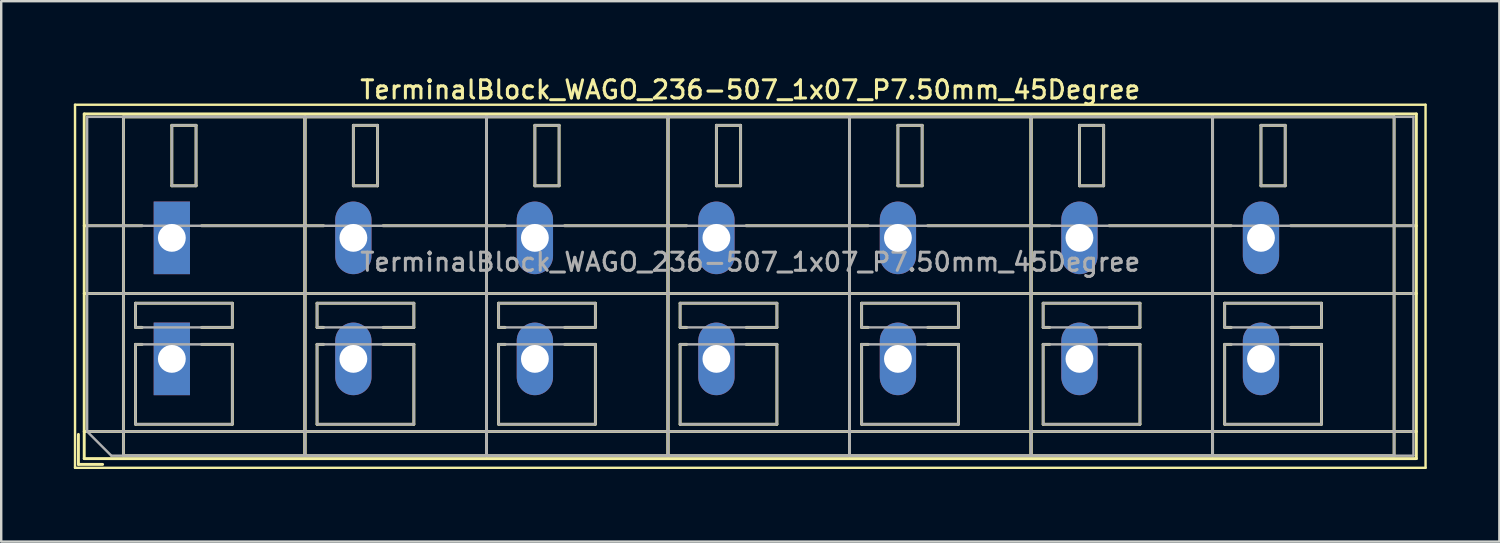
<source format=kicad_pcb>
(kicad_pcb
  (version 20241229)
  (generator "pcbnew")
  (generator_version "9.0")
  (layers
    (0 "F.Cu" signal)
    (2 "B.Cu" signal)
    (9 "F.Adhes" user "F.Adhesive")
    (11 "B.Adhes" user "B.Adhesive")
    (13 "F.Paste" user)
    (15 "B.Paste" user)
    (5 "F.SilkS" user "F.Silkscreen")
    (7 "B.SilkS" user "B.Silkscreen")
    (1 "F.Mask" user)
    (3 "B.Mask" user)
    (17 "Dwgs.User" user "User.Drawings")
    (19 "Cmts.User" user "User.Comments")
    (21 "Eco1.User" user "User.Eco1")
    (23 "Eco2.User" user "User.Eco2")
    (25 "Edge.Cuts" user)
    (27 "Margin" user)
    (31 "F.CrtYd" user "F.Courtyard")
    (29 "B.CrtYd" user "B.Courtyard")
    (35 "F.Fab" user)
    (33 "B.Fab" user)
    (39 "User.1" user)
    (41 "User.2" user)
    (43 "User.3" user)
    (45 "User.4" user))
  (footprint "TerminalBlock_WAGO_236-507_1x07_P7.50mm_45Degree"
    (layer "F.Cu")
    (at 4.05 6.778)
    (property "Reference" "TerminalBlock_WAGO_236-507_1x07_P7.50mm_45Degree" (at 23.9 -6.12 0) (layer "F.SilkS") (effects (font (size 0.75 0.75) (thickness 0.125))))
    (attr through_hole)
    (fp_line (start -4 -5.5) (end -4 9.5) (stroke (width 0.1) (type solid)) (layer "F.SilkS"))
    (fp_line (start -4 9.5) (end 51.8 9.5) (stroke (width 0.1) (type solid)) (layer "F.SilkS"))
    (fp_line (start -3.86 8.12) (end -3.86 9.36) (stroke (width 0.12) (type solid)) (layer "F.SilkS"))
    (fp_line (start -3.86 9.36) (end -2.86 9.36) (stroke (width 0.12) (type solid)) (layer "F.SilkS"))
    (fp_line (start -3.62 -5.12) (end -3.62 9.12) (stroke (width 0.12) (type solid)) (layer "F.SilkS"))
    (fp_line (start -3.62 -5.12) (end 51.42 -5.12) (stroke (width 0.12) (type solid)) (layer "F.SilkS"))
    (fp_line (start -3.62 -0.5) (end -1.23 -0.5) (stroke (width 0.12) (type solid)) (layer "F.SilkS"))
    (fp_line (start -3.62 2.3) (end 51.42 2.3) (stroke (width 0.12) (type solid)) (layer "F.SilkS"))
    (fp_line (start -3.62 8) (end 51.42 8) (stroke (width 0.12) (type solid)) (layer "F.SilkS"))
    (fp_line (start -3.62 9.12) (end 51.42 9.12) (stroke (width 0.12) (type solid)) (layer "F.SilkS"))
    (fp_line (start -2 -5) (end -2 9) (stroke (width 0.12) (type solid)) (layer "F.SilkS"))
    (fp_line (start -2 -5) (end 5.5 -5) (stroke (width 0.12) (type solid)) (layer "F.SilkS"))
    (fp_line (start -2 9) (end 5.5 9) (stroke (width 0.12) (type solid)) (layer "F.SilkS"))
    (fp_line (start -1.5 2.7) (end -1.5 3.7) (stroke (width 0.12) (type solid)) (layer "F.SilkS"))
    (fp_line (start -1.5 2.7) (end 2.5 2.7) (stroke (width 0.12) (type solid)) (layer "F.SilkS"))
    (fp_line (start -1.5 3.7) (end -1.23 3.7) (stroke (width 0.12) (type solid)) (layer "F.SilkS"))
    (fp_line (start -1.5 4.4) (end -1.5 7.7) (stroke (width 0.12) (type solid)) (layer "F.SilkS"))
    (fp_line (start -1.5 4.4) (end -1.23 4.4) (stroke (width 0.12) (type solid)) (layer "F.SilkS"))
    (fp_line (start -1.5 7.7) (end 2.5 7.7) (stroke (width 0.12) (type solid)) (layer "F.SilkS"))
    (fp_line (start 0 -4.65) (end 0 -2.151) (stroke (width 0.12) (type solid)) (layer "F.SilkS"))
    (fp_line (start 0 -4.65) (end 1 -4.65) (stroke (width 0.12) (type solid)) (layer "F.SilkS"))
    (fp_line (start 0 -2.151) (end 1 -2.151) (stroke (width 0.12) (type solid)) (layer "F.SilkS"))
    (fp_line (start 1 -4.65) (end 1 -2.151) (stroke (width 0.12) (type solid)) (layer "F.SilkS"))
    (fp_line (start 1.23 -0.5) (end 6.27 -0.5) (stroke (width 0.12) (type solid)) (layer "F.SilkS"))
    (fp_line (start 1.23 3.7) (end 2.5 3.7) (stroke (width 0.12) (type solid)) (layer "F.SilkS"))
    (fp_line (start 1.23 4.4) (end 2.5 4.4) (stroke (width 0.12) (type solid)) (layer "F.SilkS"))
    (fp_line (start 2.5 2.7) (end 2.5 3.7) (stroke (width 0.12) (type solid)) (layer "F.SilkS"))
    (fp_line (start 2.5 4.4) (end 2.5 7.7) (stroke (width 0.12) (type solid)) (layer "F.SilkS"))
    (fp_line (start 5.5 -5) (end 5.5 9) (stroke (width 0.12) (type solid)) (layer "F.SilkS"))
    (fp_line (start 5.5 -5) (end 5.5 9) (stroke (width 0.12) (type solid)) (layer "F.SilkS"))
    (fp_line (start 5.5 -5) (end 13 -5) (stroke (width 0.12) (type solid)) (layer "F.SilkS"))
    (fp_line (start 5.5 9) (end 13 9) (stroke (width 0.12) (type solid)) (layer "F.SilkS"))
    (fp_line (start 6 2.7) (end 6 3.7) (stroke (width 0.12) (type solid)) (layer "F.SilkS"))
    (fp_line (start 6 2.7) (end 10 2.7) (stroke (width 0.12) (type solid)) (layer "F.SilkS"))
    (fp_line (start 6 3.7) (end 6.27 3.7) (stroke (width 0.12) (type solid)) (layer "F.SilkS"))
    (fp_line (start 6 4.4) (end 6 7.7) (stroke (width 0.12) (type solid)) (layer "F.SilkS"))
    (fp_line (start 6 4.4) (end 6.27 4.4) (stroke (width 0.12) (type solid)) (layer "F.SilkS"))
    (fp_line (start 6 7.7) (end 10 7.7) (stroke (width 0.12) (type solid)) (layer "F.SilkS"))
    (fp_line (start 7.5 -4.65) (end 7.5 -2.151) (stroke (width 0.12) (type solid)) (layer "F.SilkS"))
    (fp_line (start 7.5 -4.65) (end 8.5 -4.65) (stroke (width 0.12) (type solid)) (layer "F.SilkS"))
    (fp_line (start 7.5 -2.151) (end 8.5 -2.151) (stroke (width 0.12) (type solid)) (layer "F.SilkS"))
    (fp_line (start 8.5 -4.65) (end 8.5 -2.151) (stroke (width 0.12) (type solid)) (layer "F.SilkS"))
    (fp_line (start 8.73 -0.5) (end 13.77 -0.5) (stroke (width 0.12) (type solid)) (layer "F.SilkS"))
    (fp_line (start 8.73 3.7) (end 10 3.7) (stroke (width 0.12) (type solid)) (layer "F.SilkS"))
    (fp_line (start 8.73 4.4) (end 10 4.4) (stroke (width 0.12) (type solid)) (layer "F.SilkS"))
    (fp_line (start 10 2.7) (end 10 3.7) (stroke (width 0.12) (type solid)) (layer "F.SilkS"))
    (fp_line (start 10 4.4) (end 10 7.7) (stroke (width 0.12) (type solid)) (layer "F.SilkS"))
    (fp_line (start 13 -5) (end 13 9) (stroke (width 0.12) (type solid)) (layer "F.SilkS"))
    (fp_line (start 13 -5) (end 13 9) (stroke (width 0.12) (type solid)) (layer "F.SilkS"))
    (fp_line (start 13 -5) (end 20.5 -5) (stroke (width 0.12) (type solid)) (layer "F.SilkS"))
    (fp_line (start 13 9) (end 20.5 9) (stroke (width 0.12) (type solid)) (layer "F.SilkS"))
    (fp_line (start 13.5 2.7) (end 13.5 3.7) (stroke (width 0.12) (type solid)) (layer "F.SilkS"))
    (fp_line (start 13.5 2.7) (end 17.5 2.7) (stroke (width 0.12) (type solid)) (layer "F.SilkS"))
    (fp_line (start 13.5 3.7) (end 13.77 3.7) (stroke (width 0.12) (type solid)) (layer "F.SilkS"))
    (fp_line (start 13.5 4.4) (end 13.5 7.7) (stroke (width 0.12) (type solid)) (layer "F.SilkS"))
    (fp_line (start 13.5 4.4) (end 13.77 4.4) (stroke (width 0.12) (type solid)) (layer "F.SilkS"))
    (fp_line (start 13.5 7.7) (end 17.5 7.7) (stroke (width 0.12) (type solid)) (layer "F.SilkS"))
    (fp_line (start 15 -4.65) (end 15 -2.151) (stroke (width 0.12) (type solid)) (layer "F.SilkS"))
    (fp_line (start 15 -4.65) (end 16 -4.65) (stroke (width 0.12) (type solid)) (layer "F.SilkS"))
    (fp_line (start 15 -2.151) (end 16 -2.151) (stroke (width 0.12) (type solid)) (layer "F.SilkS"))
    (fp_line (start 16 -4.65) (end 16 -2.151) (stroke (width 0.12) (type solid)) (layer "F.SilkS"))
    (fp_line (start 16.23 -0.5) (end 21.27 -0.5) (stroke (width 0.12) (type solid)) (layer "F.SilkS"))
    (fp_line (start 16.23 3.7) (end 17.5 3.7) (stroke (width 0.12) (type solid)) (layer "F.SilkS"))
    (fp_line (start 16.23 4.4) (end 17.5 4.4) (stroke (width 0.12) (type solid)) (layer "F.SilkS"))
    (fp_line (start 17.5 2.7) (end 17.5 3.7) (stroke (width 0.12) (type solid)) (layer "F.SilkS"))
    (fp_line (start 17.5 4.4) (end 17.5 7.7) (stroke (width 0.12) (type solid)) (layer "F.SilkS"))
    (fp_line (start 20.5 -5) (end 20.5 9) (stroke (width 0.12) (type solid)) (layer "F.SilkS"))
    (fp_line (start 20.5 -5) (end 20.5 9) (stroke (width 0.12) (type solid)) (layer "F.SilkS"))
    (fp_line (start 20.5 -5) (end 28 -5) (stroke (width 0.12) (type solid)) (layer "F.SilkS"))
    (fp_line (start 20.5 9) (end 28 9) (stroke (width 0.12) (type solid)) (layer "F.SilkS"))
    (fp_line (start 21 2.7) (end 21 3.7) (stroke (width 0.12) (type solid)) (layer "F.SilkS"))
    (fp_line (start 21 2.7) (end 25 2.7) (stroke (width 0.12) (type solid)) (layer "F.SilkS"))
    (fp_line (start 21 3.7) (end 21.27 3.7) (stroke (width 0.12) (type solid)) (layer "F.SilkS"))
    (fp_line (start 21 4.4) (end 21 7.7) (stroke (width 0.12) (type solid)) (layer "F.SilkS"))
    (fp_line (start 21 4.4) (end 21.27 4.4) (stroke (width 0.12) (type solid)) (layer "F.SilkS"))
    (fp_line (start 21 7.7) (end 25 7.7) (stroke (width 0.12) (type solid)) (layer "F.SilkS"))
    (fp_line (start 22.5 -4.65) (end 22.5 -2.151) (stroke (width 0.12) (type solid)) (layer "F.SilkS"))
    (fp_line (start 22.5 -4.65) (end 23.5 -4.65) (stroke (width 0.12) (type solid)) (layer "F.SilkS"))
    (fp_line (start 22.5 -2.151) (end 23.5 -2.151) (stroke (width 0.12) (type solid)) (layer "F.SilkS"))
    (fp_line (start 23.5 -4.65) (end 23.5 -2.151) (stroke (width 0.12) (type solid)) (layer "F.SilkS"))
    (fp_line (start 23.73 -0.5) (end 28.77 -0.5) (stroke (width 0.12) (type solid)) (layer "F.SilkS"))
    (fp_line (start 23.73 3.7) (end 25 3.7) (stroke (width 0.12) (type solid)) (layer "F.SilkS"))
    (fp_line (start 23.73 4.4) (end 25 4.4) (stroke (width 0.12) (type solid)) (layer "F.SilkS"))
    (fp_line (start 25 2.7) (end 25 3.7) (stroke (width 0.12) (type solid)) (layer "F.SilkS"))
    (fp_line (start 25 4.4) (end 25 7.7) (stroke (width 0.12) (type solid)) (layer "F.SilkS"))
    (fp_line (start 28 -5) (end 28 9) (stroke (width 0.12) (type solid)) (layer "F.SilkS"))
    (fp_line (start 28 -5) (end 28 9) (stroke (width 0.12) (type solid)) (layer "F.SilkS"))
    (fp_line (start 28 -5) (end 35.5 -5) (stroke (width 0.12) (type solid)) (layer "F.SilkS"))
    (fp_line (start 28 9) (end 35.5 9) (stroke (width 0.12) (type solid)) (layer "F.SilkS"))
    (fp_line (start 28.5 2.7) (end 28.5 3.7) (stroke (width 0.12) (type solid)) (layer "F.SilkS"))
    (fp_line (start 28.5 2.7) (end 32.5 2.7) (stroke (width 0.12) (type solid)) (layer "F.SilkS"))
    (fp_line (start 28.5 3.7) (end 28.77 3.7) (stroke (width 0.12) (type solid)) (layer "F.SilkS"))
    (fp_line (start 28.5 4.4) (end 28.5 7.7) (stroke (width 0.12) (type solid)) (layer "F.SilkS"))
    (fp_line (start 28.5 4.4) (end 28.77 4.4) (stroke (width 0.12) (type solid)) (layer "F.SilkS"))
    (fp_line (start 28.5 7.7) (end 32.5 7.7) (stroke (width 0.12) (type solid)) (layer "F.SilkS"))
    (fp_line (start 30 -4.65) (end 30 -2.151) (stroke (width 0.12) (type solid)) (layer "F.SilkS"))
    (fp_line (start 30 -4.65) (end 31 -4.65) (stroke (width 0.12) (type solid)) (layer "F.SilkS"))
    (fp_line (start 30 -2.151) (end 31 -2.151) (stroke (width 0.12) (type solid)) (layer "F.SilkS"))
    (fp_line (start 31 -4.65) (end 31 -2.151) (stroke (width 0.12) (type solid)) (layer "F.SilkS"))
    (fp_line (start 31.23 -0.5) (end 36.27 -0.5) (stroke (width 0.12) (type solid)) (layer "F.SilkS"))
    (fp_line (start 31.23 3.7) (end 32.5 3.7) (stroke (width 0.12) (type solid)) (layer "F.SilkS"))
    (fp_line (start 31.23 4.4) (end 32.5 4.4) (stroke (width 0.12) (type solid)) (layer "F.SilkS"))
    (fp_line (start 32.5 2.7) (end 32.5 3.7) (stroke (width 0.12) (type solid)) (layer "F.SilkS"))
    (fp_line (start 32.5 4.4) (end 32.5 7.7) (stroke (width 0.12) (type solid)) (layer "F.SilkS"))
    (fp_line (start 35.5 -5) (end 35.5 9) (stroke (width 0.12) (type solid)) (layer "F.SilkS"))
    (fp_line (start 35.5 -5) (end 35.5 9) (stroke (width 0.12) (type solid)) (layer "F.SilkS"))
    (fp_line (start 35.5 -5) (end 43 -5) (stroke (width 0.12) (type solid)) (layer "F.SilkS"))
    (fp_line (start 35.5 9) (end 43 9) (stroke (width 0.12) (type solid)) (layer "F.SilkS"))
    (fp_line (start 36 2.7) (end 36 3.7) (stroke (width 0.12) (type solid)) (layer "F.SilkS"))
    (fp_line (start 36 2.7) (end 40 2.7) (stroke (width 0.12) (type solid)) (layer "F.SilkS"))
    (fp_line (start 36 3.7) (end 36.27 3.7) (stroke (width 0.12) (type solid)) (layer "F.SilkS"))
    (fp_line (start 36 4.4) (end 36 7.7) (stroke (width 0.12) (type solid)) (layer "F.SilkS"))
    (fp_line (start 36 4.4) (end 36.27 4.4) (stroke (width 0.12) (type solid)) (layer "F.SilkS"))
    (fp_line (start 36 7.7) (end 40 7.7) (stroke (width 0.12) (type solid)) (layer "F.SilkS"))
    (fp_line (start 37.5 -4.65) (end 37.5 -2.151) (stroke (width 0.12) (type solid)) (layer "F.SilkS"))
    (fp_line (start 37.5 -4.65) (end 38.5 -4.65) (stroke (width 0.12) (type solid)) (layer "F.SilkS"))
    (fp_line (start 37.5 -2.151) (end 38.5 -2.151) (stroke (width 0.12) (type solid)) (layer "F.SilkS"))
    (fp_line (start 38.5 -4.65) (end 38.5 -2.151) (stroke (width 0.12) (type solid)) (layer "F.SilkS"))
    (fp_line (start 38.73 -0.5) (end 43.77 -0.5) (stroke (width 0.12) (type solid)) (layer "F.SilkS"))
    (fp_line (start 38.73 3.7) (end 40 3.7) (stroke (width 0.12) (type solid)) (layer "F.SilkS"))
    (fp_line (start 38.73 4.4) (end 40 4.4) (stroke (width 0.12) (type solid)) (layer "F.SilkS"))
    (fp_line (start 40 2.7) (end 40 3.7) (stroke (width 0.12) (type solid)) (layer "F.SilkS"))
    (fp_line (start 40 4.4) (end 40 7.7) (stroke (width 0.12) (type solid)) (layer "F.SilkS"))
    (fp_line (start 43 -5) (end 43 9) (stroke (width 0.12) (type solid)) (layer "F.SilkS"))
    (fp_line (start 43 -5) (end 43 9) (stroke (width 0.12) (type solid)) (layer "F.SilkS"))
    (fp_line (start 43 -5) (end 50.5 -5) (stroke (width 0.12) (type solid)) (layer "F.SilkS"))
    (fp_line (start 43 9) (end 50.5 9) (stroke (width 0.12) (type solid)) (layer "F.SilkS"))
    (fp_line (start 43.5 2.7) (end 43.5 3.7) (stroke (width 0.12) (type solid)) (layer "F.SilkS"))
    (fp_line (start 43.5 2.7) (end 47.5 2.7) (stroke (width 0.12) (type solid)) (layer "F.SilkS"))
    (fp_line (start 43.5 3.7) (end 43.77 3.7) (stroke (width 0.12) (type solid)) (layer "F.SilkS"))
    (fp_line (start 43.5 4.4) (end 43.5 7.7) (stroke (width 0.12) (type solid)) (layer "F.SilkS"))
    (fp_line (start 43.5 4.4) (end 43.77 4.4) (stroke (width 0.12) (type solid)) (layer "F.SilkS"))
    (fp_line (start 43.5 7.7) (end 47.5 7.7) (stroke (width 0.12) (type solid)) (layer "F.SilkS"))
    (fp_line (start 45 -4.65) (end 45 -2.151) (stroke (width 0.12) (type solid)) (layer "F.SilkS"))
    (fp_line (start 45 -4.65) (end 46 -4.65) (stroke (width 0.12) (type solid)) (layer "F.SilkS"))
    (fp_line (start 45 -2.151) (end 46 -2.151) (stroke (width 0.12) (type solid)) (layer "F.SilkS"))
    (fp_line (start 46 -4.65) (end 46 -2.151) (stroke (width 0.12) (type solid)) (layer "F.SilkS"))
    (fp_line (start 46.23 -0.5) (end 51.42 -0.5) (stroke (width 0.12) (type solid)) (layer "F.SilkS"))
    (fp_line (start 46.23 3.7) (end 47.5 3.7) (stroke (width 0.12) (type solid)) (layer "F.SilkS"))
    (fp_line (start 46.23 4.4) (end 47.5 4.4) (stroke (width 0.12) (type solid)) (layer "F.SilkS"))
    (fp_line (start 47.5 2.7) (end 47.5 3.7) (stroke (width 0.12) (type solid)) (layer "F.SilkS"))
    (fp_line (start 47.5 4.4) (end 47.5 7.7) (stroke (width 0.12) (type solid)) (layer "F.SilkS"))
    (fp_line (start 50.5 -5) (end 50.5 9) (stroke (width 0.12) (type solid)) (layer "F.SilkS"))
    (fp_line (start 51.42 -5.12) (end 51.42 9.12) (stroke (width 0.12) (type solid)) (layer "F.SilkS"))
    (fp_line (start 51.8 -5.5) (end -4 -5.5) (stroke (width 0.1) (type solid)) (layer "F.SilkS"))
    (fp_line (start 51.8 9.5) (end 51.8 -5.5) (stroke (width 0.1) (type solid)) (layer "F.SilkS"))
    (fp_line (start -3.5 -5) (end 51.3 -5) (stroke (width 0.1) (type solid)) (layer "F.Fab"))
    (fp_line (start -3.5 -0.5) (end 51.3 -0.5) (stroke (width 0.1) (type solid)) (layer "F.Fab"))
    (fp_line (start -3.5 2.3) (end 51.3 2.3) (stroke (width 0.1) (type solid)) (layer "F.Fab"))
    (fp_line (start -3.5 8) (end -3.5 -5) (stroke (width 0.1) (type solid)) (layer "F.Fab"))
    (fp_line (start -3.5 8) (end 51.3 8) (stroke (width 0.1) (type solid)) (layer "F.Fab"))
    (fp_line (start -2.5 9) (end -3.5 8) (stroke (width 0.1) (type solid)) (layer "F.Fab"))
    (fp_line (start -2 -5) (end -2 9) (stroke (width 0.1) (type solid)) (layer "F.Fab"))
    (fp_line (start -2 9) (end 5.5 9) (stroke (width 0.1) (type solid)) (layer "F.Fab"))
    (fp_line (start -1.5 2.7) (end -1.5 3.7) (stroke (width 0.1) (type solid)) (layer "F.Fab"))
    (fp_line (start -1.5 3.7) (end 2.5 3.7) (stroke (width 0.1) (type solid)) (layer "F.Fab"))
    (fp_line (start -1.5 4.4) (end -1.5 7.7) (stroke (width 0.1) (type solid)) (layer "F.Fab"))
    (fp_line (start -1.5 7.7) (end 2.5 7.7) (stroke (width 0.1) (type solid)) (layer "F.Fab"))
    (fp_line (start 0 -4.65) (end 0 -2.15) (stroke (width 0.1) (type solid)) (layer "F.Fab"))
    (fp_line (start 0 -2.15) (end 1 -2.15) (stroke (width 0.1) (type solid)) (layer "F.Fab"))
    (fp_line (start 1 -4.65) (end 0 -4.65) (stroke (width 0.1) (type solid)) (layer "F.Fab"))
    (fp_line (start 1 -2.15) (end 1 -4.65) (stroke (width 0.1) (type solid)) (layer "F.Fab"))
    (fp_line (start 2.5 2.7) (end -1.5 2.7) (stroke (width 0.1) (type solid)) (layer "F.Fab"))
    (fp_line (start 2.5 3.7) (end 2.5 2.7) (stroke (width 0.1) (type solid)) (layer "F.Fab"))
    (fp_line (start 2.5 4.4) (end -1.5 4.4) (stroke (width 0.1) (type solid)) (layer "F.Fab"))
    (fp_line (start 2.5 7.7) (end 2.5 4.4) (stroke (width 0.1) (type solid)) (layer "F.Fab"))
    (fp_line (start 5.5 -5) (end -2 -5) (stroke (width 0.1) (type solid)) (layer "F.Fab"))
    (fp_line (start 5.5 -5) (end 5.5 9) (stroke (width 0.1) (type solid)) (layer "F.Fab"))
    (fp_line (start 5.5 9) (end 5.5 -5) (stroke (width 0.1) (type solid)) (layer "F.Fab"))
    (fp_line (start 5.5 9) (end 13 9) (stroke (width 0.1) (type solid)) (layer "F.Fab"))
    (fp_line (start 6 2.7) (end 6 3.7) (stroke (width 0.1) (type solid)) (layer "F.Fab"))
    (fp_line (start 6 3.7) (end 10 3.7) (stroke (width 0.1) (type solid)) (layer "F.Fab"))
    (fp_line (start 6 4.4) (end 6 7.7) (stroke (width 0.1) (type solid)) (layer "F.Fab"))
    (fp_line (start 6 7.7) (end 10 7.7) (stroke (width 0.1) (type solid)) (layer "F.Fab"))
    (fp_line (start 7.5 -4.65) (end 7.5 -2.15) (stroke (width 0.1) (type solid)) (layer "F.Fab"))
    (fp_line (start 7.5 -2.15) (end 8.5 -2.15) (stroke (width 0.1) (type solid)) (layer "F.Fab"))
    (fp_line (start 8.5 -4.65) (end 7.5 -4.65) (stroke (width 0.1) (type solid)) (layer "F.Fab"))
    (fp_line (start 8.5 -2.15) (end 8.5 -4.65) (stroke (width 0.1) (type solid)) (layer "F.Fab"))
    (fp_line (start 10 2.7) (end 6 2.7) (stroke (width 0.1) (type solid)) (layer "F.Fab"))
    (fp_line (start 10 3.7) (end 10 2.7) (stroke (width 0.1) (type solid)) (layer "F.Fab"))
    (fp_line (start 10 4.4) (end 6 4.4) (stroke (width 0.1) (type solid)) (layer "F.Fab"))
    (fp_line (start 10 7.7) (end 10 4.4) (stroke (width 0.1) (type solid)) (layer "F.Fab"))
    (fp_line (start 13 -5) (end 5.5 -5) (stroke (width 0.1) (type solid)) (layer "F.Fab"))
    (fp_line (start 13 -5) (end 13 9) (stroke (width 0.1) (type solid)) (layer "F.Fab"))
    (fp_line (start 13 9) (end 13 -5) (stroke (width 0.1) (type solid)) (layer "F.Fab"))
    (fp_line (start 13 9) (end 20.5 9) (stroke (width 0.1) (type solid)) (layer "F.Fab"))
    (fp_line (start 13.5 2.7) (end 13.5 3.7) (stroke (width 0.1) (type solid)) (layer "F.Fab"))
    (fp_line (start 13.5 3.7) (end 17.5 3.7) (stroke (width 0.1) (type solid)) (layer "F.Fab"))
    (fp_line (start 13.5 4.4) (end 13.5 7.7) (stroke (width 0.1) (type solid)) (layer "F.Fab"))
    (fp_line (start 13.5 7.7) (end 17.5 7.7) (stroke (width 0.1) (type solid)) (layer "F.Fab"))
    (fp_line (start 15 -4.65) (end 15 -2.15) (stroke (width 0.1) (type solid)) (layer "F.Fab"))
    (fp_line (start 15 -2.15) (end 16 -2.15) (stroke (width 0.1) (type solid)) (layer "F.Fab"))
    (fp_line (start 16 -4.65) (end 15 -4.65) (stroke (width 0.1) (type solid)) (layer "F.Fab"))
    (fp_line (start 16 -2.15) (end 16 -4.65) (stroke (width 0.1) (type solid)) (layer "F.Fab"))
    (fp_line (start 17.5 2.7) (end 13.5 2.7) (stroke (width 0.1) (type solid)) (layer "F.Fab"))
    (fp_line (start 17.5 3.7) (end 17.5 2.7) (stroke (width 0.1) (type solid)) (layer "F.Fab"))
    (fp_line (start 17.5 4.4) (end 13.5 4.4) (stroke (width 0.1) (type solid)) (layer "F.Fab"))
    (fp_line (start 17.5 7.7) (end 17.5 4.4) (stroke (width 0.1) (type solid)) (layer "F.Fab"))
    (fp_line (start 20.5 -5) (end 13 -5) (stroke (width 0.1) (type solid)) (layer "F.Fab"))
    (fp_line (start 20.5 -5) (end 20.5 9) (stroke (width 0.1) (type solid)) (layer "F.Fab"))
    (fp_line (start 20.5 9) (end 20.5 -5) (stroke (width 0.1) (type solid)) (layer "F.Fab"))
    (fp_line (start 20.5 9) (end 28 9) (stroke (width 0.1) (type solid)) (layer "F.Fab"))
    (fp_line (start 21 2.7) (end 21 3.7) (stroke (width 0.1) (type solid)) (layer "F.Fab"))
    (fp_line (start 21 3.7) (end 25 3.7) (stroke (width 0.1) (type solid)) (layer "F.Fab"))
    (fp_line (start 21 4.4) (end 21 7.7) (stroke (width 0.1) (type solid)) (layer "F.Fab"))
    (fp_line (start 21 7.7) (end 25 7.7) (stroke (width 0.1) (type solid)) (layer "F.Fab"))
    (fp_line (start 22.5 -4.65) (end 22.5 -2.15) (stroke (width 0.1) (type solid)) (layer "F.Fab"))
    (fp_line (start 22.5 -2.15) (end 23.5 -2.15) (stroke (width 0.1) (type solid)) (layer "F.Fab"))
    (fp_line (start 23.5 -4.65) (end 22.5 -4.65) (stroke (width 0.1) (type solid)) (layer "F.Fab"))
    (fp_line (start 23.5 -2.15) (end 23.5 -4.65) (stroke (width 0.1) (type solid)) (layer "F.Fab"))
    (fp_line (start 25 2.7) (end 21 2.7) (stroke (width 0.1) (type solid)) (layer "F.Fab"))
    (fp_line (start 25 3.7) (end 25 2.7) (stroke (width 0.1) (type solid)) (layer "F.Fab"))
    (fp_line (start 25 4.4) (end 21 4.4) (stroke (width 0.1) (type solid)) (layer "F.Fab"))
    (fp_line (start 25 7.7) (end 25 4.4) (stroke (width 0.1) (type solid)) (layer "F.Fab"))
    (fp_line (start 28 -5) (end 20.5 -5) (stroke (width 0.1) (type solid)) (layer "F.Fab"))
    (fp_line (start 28 -5) (end 28 9) (stroke (width 0.1) (type solid)) (layer "F.Fab"))
    (fp_line (start 28 9) (end 28 -5) (stroke (width 0.1) (type solid)) (layer "F.Fab"))
    (fp_line (start 28 9) (end 35.5 9) (stroke (width 0.1) (type solid)) (layer "F.Fab"))
    (fp_line (start 28.5 2.7) (end 28.5 3.7) (stroke (width 0.1) (type solid)) (layer "F.Fab"))
    (fp_line (start 28.5 3.7) (end 32.5 3.7) (stroke (width 0.1) (type solid)) (layer "F.Fab"))
    (fp_line (start 28.5 4.4) (end 28.5 7.7) (stroke (width 0.1) (type solid)) (layer "F.Fab"))
    (fp_line (start 28.5 7.7) (end 32.5 7.7) (stroke (width 0.1) (type solid)) (layer "F.Fab"))
    (fp_line (start 30 -4.65) (end 30 -2.15) (stroke (width 0.1) (type solid)) (layer "F.Fab"))
    (fp_line (start 30 -2.15) (end 31 -2.15) (stroke (width 0.1) (type solid)) (layer "F.Fab"))
    (fp_line (start 31 -4.65) (end 30 -4.65) (stroke (width 0.1) (type solid)) (layer "F.Fab"))
    (fp_line (start 31 -2.15) (end 31 -4.65) (stroke (width 0.1) (type solid)) (layer "F.Fab"))
    (fp_line (start 32.5 2.7) (end 28.5 2.7) (stroke (width 0.1) (type solid)) (layer "F.Fab"))
    (fp_line (start 32.5 3.7) (end 32.5 2.7) (stroke (width 0.1) (type solid)) (layer "F.Fab"))
    (fp_line (start 32.5 4.4) (end 28.5 4.4) (stroke (width 0.1) (type solid)) (layer "F.Fab"))
    (fp_line (start 32.5 7.7) (end 32.5 4.4) (stroke (width 0.1) (type solid)) (layer "F.Fab"))
    (fp_line (start 35.5 -5) (end 28 -5) (stroke (width 0.1) (type solid)) (layer "F.Fab"))
    (fp_line (start 35.5 -5) (end 35.5 9) (stroke (width 0.1) (type solid)) (layer "F.Fab"))
    (fp_line (start 35.5 9) (end 35.5 -5) (stroke (width 0.1) (type solid)) (layer "F.Fab"))
    (fp_line (start 35.5 9) (end 43 9) (stroke (width 0.1) (type solid)) (layer "F.Fab"))
    (fp_line (start 36 2.7) (end 36 3.7) (stroke (width 0.1) (type solid)) (layer "F.Fab"))
    (fp_line (start 36 3.7) (end 40 3.7) (stroke (width 0.1) (type solid)) (layer "F.Fab"))
    (fp_line (start 36 4.4) (end 36 7.7) (stroke (width 0.1) (type solid)) (layer "F.Fab"))
    (fp_line (start 36 7.7) (end 40 7.7) (stroke (width 0.1) (type solid)) (layer "F.Fab"))
    (fp_line (start 37.5 -4.65) (end 37.5 -2.15) (stroke (width 0.1) (type solid)) (layer "F.Fab"))
    (fp_line (start 37.5 -2.15) (end 38.5 -2.15) (stroke (width 0.1) (type solid)) (layer "F.Fab"))
    (fp_line (start 38.5 -4.65) (end 37.5 -4.65) (stroke (width 0.1) (type solid)) (layer "F.Fab"))
    (fp_line (start 38.5 -2.15) (end 38.5 -4.65) (stroke (width 0.1) (type solid)) (layer "F.Fab"))
    (fp_line (start 40 2.7) (end 36 2.7) (stroke (width 0.1) (type solid)) (layer "F.Fab"))
    (fp_line (start 40 3.7) (end 40 2.7) (stroke (width 0.1) (type solid)) (layer "F.Fab"))
    (fp_line (start 40 4.4) (end 36 4.4) (stroke (width 0.1) (type solid)) (layer "F.Fab"))
    (fp_line (start 40 7.7) (end 40 4.4) (stroke (width 0.1) (type solid)) (layer "F.Fab"))
    (fp_line (start 43 -5) (end 35.5 -5) (stroke (width 0.1) (type solid)) (layer "F.Fab"))
    (fp_line (start 43 -5) (end 43 9) (stroke (width 0.1) (type solid)) (layer "F.Fab"))
    (fp_line (start 43 9) (end 43 -5) (stroke (width 0.1) (type solid)) (layer "F.Fab"))
    (fp_line (start 43 9) (end 50.5 9) (stroke (width 0.1) (type solid)) (layer "F.Fab"))
    (fp_line (start 43.5 2.7) (end 43.5 3.7) (stroke (width 0.1) (type solid)) (layer "F.Fab"))
    (fp_line (start 43.5 3.7) (end 47.5 3.7) (stroke (width 0.1) (type solid)) (layer "F.Fab"))
    (fp_line (start 43.5 4.4) (end 43.5 7.7) (stroke (width 0.1) (type solid)) (layer "F.Fab"))
    (fp_line (start 43.5 7.7) (end 47.5 7.7) (stroke (width 0.1) (type solid)) (layer "F.Fab"))
    (fp_line (start 45 -4.65) (end 45 -2.15) (stroke (width 0.1) (type solid)) (layer "F.Fab"))
    (fp_line (start 45 -2.15) (end 46 -2.15) (stroke (width 0.1) (type solid)) (layer "F.Fab"))
    (fp_line (start 46 -4.65) (end 45 -4.65) (stroke (width 0.1) (type solid)) (layer "F.Fab"))
    (fp_line (start 46 -2.15) (end 46 -4.65) (stroke (width 0.1) (type solid)) (layer "F.Fab"))
    (fp_line (start 47.5 2.7) (end 43.5 2.7) (stroke (width 0.1) (type solid)) (layer "F.Fab"))
    (fp_line (start 47.5 3.7) (end 47.5 2.7) (stroke (width 0.1) (type solid)) (layer "F.Fab"))
    (fp_line (start 47.5 4.4) (end 43.5 4.4) (stroke (width 0.1) (type solid)) (layer "F.Fab"))
    (fp_line (start 47.5 7.7) (end 47.5 4.4) (stroke (width 0.1) (type solid)) (layer "F.Fab"))
    (fp_line (start 50.5 -5) (end 43 -5) (stroke (width 0.1) (type solid)) (layer "F.Fab"))
    (fp_line (start 50.5 9) (end 50.5 -5) (stroke (width 0.1) (type solid)) (layer "F.Fab"))
    (fp_line (start 51.3 -5) (end 51.3 9) (stroke (width 0.1) (type solid)) (layer "F.Fab"))
    (fp_line (start 51.3 9) (end -2.5 9) (stroke (width 0.1) (type solid)) (layer "F.Fab"))
    (fp_text user "${REFERENCE}" (at 23.9 1 0) (layer "F.Fab") (effects (font (size 0.75 0.75) (thickness 0.125))))
    (pad "1" thru_hole rect (at 0 0) (size 1.5 3) (drill 1.15) (layers "*.Cu" "*.Mask"))
    (pad "1" thru_hole rect (at 0 5) (size 1.5 3) (drill 1.15) (layers "*.Cu" "*.Mask"))
    (pad "2" thru_hole oval (at 7.5 0) (size 1.5 3) (drill 1.15) (layers "*.Cu" "*.Mask"))
    (pad "2" thru_hole oval (at 7.5 5) (size 1.5 3) (drill 1.15) (layers "*.Cu" "*.Mask"))
    (pad "3" thru_hole oval (at 15 0) (size 1.5 3) (drill 1.15) (layers "*.Cu" "*.Mask"))
    (pad "3" thru_hole oval (at 15 5) (size 1.5 3) (drill 1.15) (layers "*.Cu" "*.Mask"))
    (pad "4" thru_hole oval (at 22.5 0) (size 1.5 3) (drill 1.15) (layers "*.Cu" "*.Mask"))
    (pad "4" thru_hole oval (at 22.5 5) (size 1.5 3) (drill 1.15) (layers "*.Cu" "*.Mask"))
    (pad "5" thru_hole oval (at 30 0) (size 1.5 3) (drill 1.15) (layers "*.Cu" "*.Mask"))
    (pad "5" thru_hole oval (at 30 5) (size 1.5 3) (drill 1.15) (layers "*.Cu" "*.Mask"))
    (pad "6" thru_hole oval (at 37.5 0) (size 1.5 3) (drill 1.15) (layers "*.Cu" "*.Mask"))
    (pad "6" thru_hole oval (at 37.5 5) (size 1.5 3) (drill 1.15) (layers "*.Cu" "*.Mask"))
    (pad "7" thru_hole oval (at 45 0) (size 1.5 3) (drill 1.15) (layers "*.Cu" "*.Mask"))
    (pad "7" thru_hole oval (at 45 5) (size 1.5 3) (drill 1.15) (layers "*.Cu" "*.Mask")))
  (gr_rect
    (start -3 -3)
    (end 58.9 19.328)
    (stroke (width 0.1) (type default))
    (fill no)
    (layer "Edge.Cuts")))
</source>
